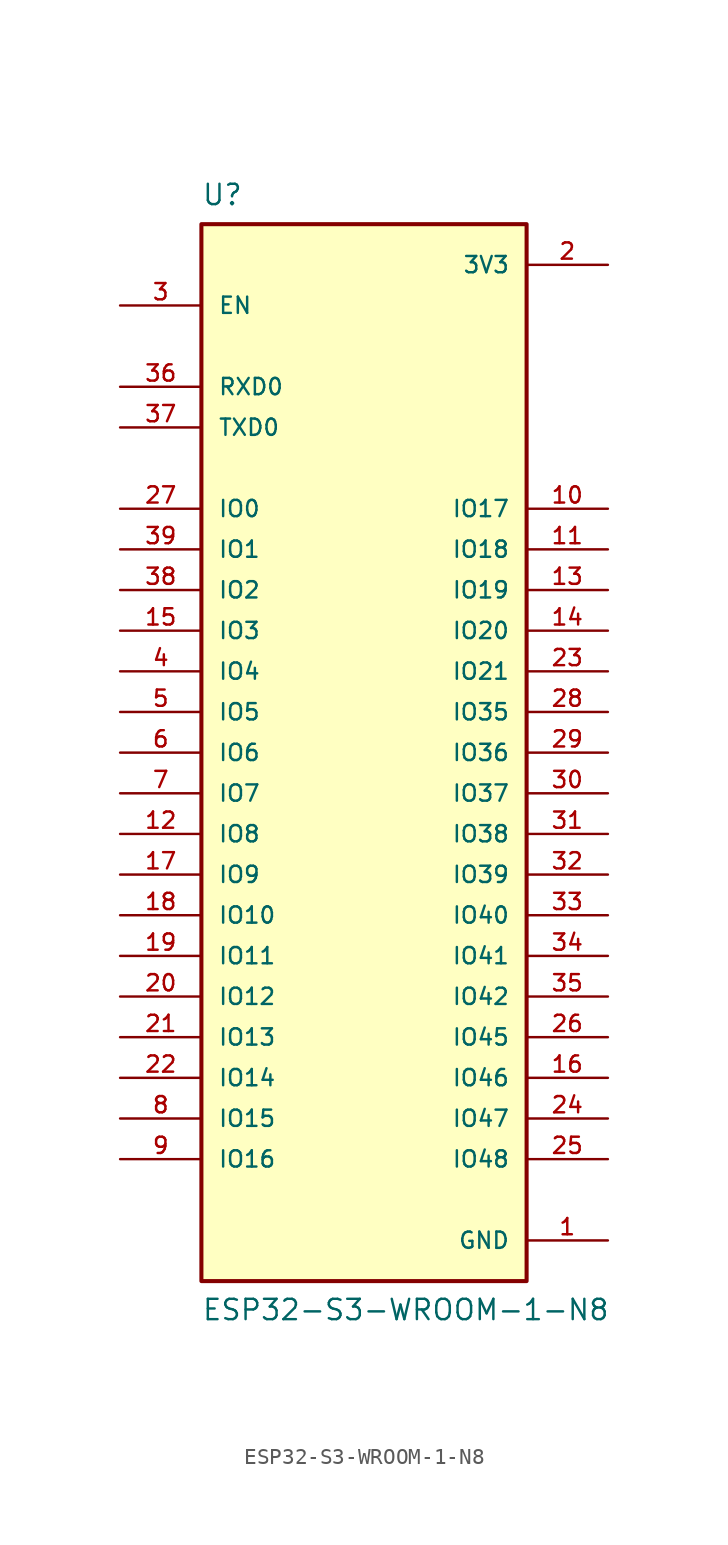
<source format=kicad_sym>
(kicad_symbol_lib
  (version 20211014)
  (generator kicad_symbol_editor)
  (symbol "ESP32-S3-WROOM-1-N8"
    (pin_names
      (offset 1.016))
    (property "Reference" "U"
      (at -10.16 31.572 0)
      (effects (font (size 1.27 1.27)) (justify bottom left)))
    (property "Value" "ESP32-S3-WROOM-1-N8"
      (at -10.16 -38.1 0)
      (effects (font (size 1.27 1.27)) (justify bottom left)))
    (symbol "ESP32-S3-WROOM-1-N8_0_0"
      (rectangle (start -10.16 -35.56) (end 10.16 30.48) (stroke (width 0.254)) (fill (type background)))
      (pin power_in line (at 15.24 -33.02 180.0) (length 5.08) (name "GND" (effects (font (size 1.016 1.016)))) (number "1" (effects (font (size 1.016 1.016)))))
      (pin power_in line (at 15.24 -33.02 180.0) (length 5.08) hide (name "GND" (effects (font (size 1.016 1.016)))) (number "40" (effects (font (size 1.016 1.016)))))
      (pin power_in line (at 15.24 -33.02 180.0) (length 5.08) hide (name "GND" (effects (font (size 1.016 1.016)))) (number "41_1" (effects (font (size 1.016 1.016)))))
      (pin power_in line (at 15.24 -33.02 180.0) (length 5.08) hide (name "GND" (effects (font (size 1.016 1.016)))) (number "41_2" (effects (font (size 1.016 1.016)))))
      (pin power_in line (at 15.24 -33.02 180.0) (length 5.08) hide (name "GND" (effects (font (size 1.016 1.016)))) (number "41_3" (effects (font (size 1.016 1.016)))))
      (pin power_in line (at 15.24 -33.02 180.0) (length 5.08) hide (name "GND" (effects (font (size 1.016 1.016)))) (number "41_4" (effects (font (size 1.016 1.016)))))
      (pin power_in line (at 15.24 -33.02 180.0) (length 5.08) hide (name "GND" (effects (font (size 1.016 1.016)))) (number "41_5" (effects (font (size 1.016 1.016)))))
      (pin power_in line (at 15.24 -33.02 180.0) (length 5.08) hide (name "GND" (effects (font (size 1.016 1.016)))) (number "41_6" (effects (font (size 1.016 1.016)))))
      (pin power_in line (at 15.24 -33.02 180.0) (length 5.08) hide (name "GND" (effects (font (size 1.016 1.016)))) (number "41_7" (effects (font (size 1.016 1.016)))))
      (pin power_in line (at 15.24 -33.02 180.0) (length 5.08) hide (name "GND" (effects (font (size 1.016 1.016)))) (number "41_8" (effects (font (size 1.016 1.016)))))
      (pin power_in line (at 15.24 -33.02 180.0) (length 5.08) hide (name "GND" (effects (font (size 1.016 1.016)))) (number "41_9" (effects (font (size 1.016 1.016)))))
      (pin power_in line (at 15.24 27.94 180.0) (length 5.08) (name "3V3" (effects (font (size 1.016 1.016)))) (number "2" (effects (font (size 1.016 1.016)))))
      (pin input line (at -15.24 25.4 0) (length 5.08) (name "EN" (effects (font (size 1.016 1.016)))) (number "3" (effects (font (size 1.016 1.016)))))
      (pin bidirectional line (at 15.24 0.0 180.0) (length 5.08) (name "IO35" (effects (font (size 1.016 1.016)))) (number "28" (effects (font (size 1.016 1.016)))))
      (pin bidirectional line (at 15.24 -15.24 180.0) (length 5.08) (name "IO41" (effects (font (size 1.016 1.016)))) (number "34" (effects (font (size 1.016 1.016)))))
      (pin bidirectional line (at 15.24 -10.16 180.0) (length 5.08) (name "IO39" (effects (font (size 1.016 1.016)))) (number "32" (effects (font (size 1.016 1.016)))))
      (pin bidirectional line (at 15.24 -12.7 180.0) (length 5.08) (name "IO40" (effects (font (size 1.016 1.016)))) (number "33" (effects (font (size 1.016 1.016)))))
      (pin bidirectional line (at -15.24 -22.86 0) (length 5.08) (name "IO14" (effects (font (size 1.016 1.016)))) (number "22" (effects (font (size 1.016 1.016)))))
      (pin bidirectional line (at -15.24 -17.78 0) (length 5.08) (name "IO12" (effects (font (size 1.016 1.016)))) (number "20" (effects (font (size 1.016 1.016)))))
      (pin bidirectional line (at -15.24 -20.32 0) (length 5.08) (name "IO13" (effects (font (size 1.016 1.016)))) (number "21" (effects (font (size 1.016 1.016)))))
      (pin bidirectional line (at -15.24 -25.4 0) (length 5.08) (name "IO15" (effects (font (size 1.016 1.016)))) (number "8" (effects (font (size 1.016 1.016)))))
      (pin bidirectional line (at -15.24 7.62 0) (length 5.08) (name "IO2" (effects (font (size 1.016 1.016)))) (number "38" (effects (font (size 1.016 1.016)))))
      (pin bidirectional line (at -15.24 12.7 0) (length 5.08) (name "IO0" (effects (font (size 1.016 1.016)))) (number "27" (effects (font (size 1.016 1.016)))))
      (pin bidirectional line (at -15.24 2.54 0) (length 5.08) (name "IO4" (effects (font (size 1.016 1.016)))) (number "4" (effects (font (size 1.016 1.016)))))
      (pin bidirectional line (at -15.24 -27.94 0) (length 5.08) (name "IO16" (effects (font (size 1.016 1.016)))) (number "9" (effects (font (size 1.016 1.016)))))
      (pin bidirectional line (at 15.24 12.7 180.0) (length 5.08) (name "IO17" (effects (font (size 1.016 1.016)))) (number "10" (effects (font (size 1.016 1.016)))))
      (pin bidirectional line (at -15.24 0.0 0) (length 5.08) (name "IO5" (effects (font (size 1.016 1.016)))) (number "5" (effects (font (size 1.016 1.016)))))
      (pin bidirectional line (at 15.24 10.16 180.0) (length 5.08) (name "IO18" (effects (font (size 1.016 1.016)))) (number "11" (effects (font (size 1.016 1.016)))))
      (pin bidirectional line (at 15.24 7.62 180.0) (length 5.08) (name "IO19" (effects (font (size 1.016 1.016)))) (number "13" (effects (font (size 1.016 1.016)))))
      (pin bidirectional line (at 15.24 2.54 180.0) (length 5.08) (name "IO21" (effects (font (size 1.016 1.016)))) (number "23" (effects (font (size 1.016 1.016)))))
      (pin bidirectional line (at 15.24 -5.08 180.0) (length 5.08) (name "IO37" (effects (font (size 1.016 1.016)))) (number "30" (effects (font (size 1.016 1.016)))))
      (pin bidirectional line (at 15.24 -7.62 180.0) (length 5.08) (name "IO38" (effects (font (size 1.016 1.016)))) (number "31" (effects (font (size 1.016 1.016)))))
      (pin bidirectional line (at -15.24 10.16 0) (length 5.08) (name "IO1" (effects (font (size 1.016 1.016)))) (number "39" (effects (font (size 1.016 1.016)))))
      (pin bidirectional line (at -15.24 5.08 0) (length 5.08) (name "IO3" (effects (font (size 1.016 1.016)))) (number "15" (effects (font (size 1.016 1.016)))))
      (pin bidirectional line (at -15.24 -2.54 0) (length 5.08) (name "IO6" (effects (font (size 1.016 1.016)))) (number "6" (effects (font (size 1.016 1.016)))))
      (pin bidirectional line (at -15.24 -5.08 0) (length 5.08) (name "IO7" (effects (font (size 1.016 1.016)))) (number "7" (effects (font (size 1.016 1.016)))))
      (pin bidirectional line (at -15.24 -7.62 0) (length 5.08) (name "IO8" (effects (font (size 1.016 1.016)))) (number "12" (effects (font (size 1.016 1.016)))))
      (pin bidirectional line (at -15.24 -10.16 0) (length 5.08) (name "IO9" (effects (font (size 1.016 1.016)))) (number "17" (effects (font (size 1.016 1.016)))))
      (pin bidirectional line (at -15.24 -12.7 0) (length 5.08) (name "IO10" (effects (font (size 1.016 1.016)))) (number "18" (effects (font (size 1.016 1.016)))))
      (pin bidirectional line (at -15.24 -15.24 0) (length 5.08) (name "IO11" (effects (font (size 1.016 1.016)))) (number "19" (effects (font (size 1.016 1.016)))))
      (pin bidirectional line (at 15.24 -2.54 180.0) (length 5.08) (name "IO36" (effects (font (size 1.016 1.016)))) (number "29" (effects (font (size 1.016 1.016)))))
      (pin bidirectional line (at 15.24 -17.78 180.0) (length 5.08) (name "IO42" (effects (font (size 1.016 1.016)))) (number "35" (effects (font (size 1.016 1.016)))))
      (pin bidirectional line (at 15.24 5.08 180.0) (length 5.08) (name "IO20" (effects (font (size 1.016 1.016)))) (number "14" (effects (font (size 1.016 1.016)))))
      (pin bidirectional line (at -15.24 17.78 0) (length 5.08) (name "TXD0" (effects (font (size 1.016 1.016)))) (number "37" (effects (font (size 1.016 1.016)))))
      (pin bidirectional line (at -15.24 20.32 0) (length 5.08) (name "RXD0" (effects (font (size 1.016 1.016)))) (number "36" (effects (font (size 1.016 1.016)))))
      (pin bidirectional line (at 15.24 -20.32 180.0) (length 5.08) (name "IO45" (effects (font (size 1.016 1.016)))) (number "26" (effects (font (size 1.016 1.016)))))
      (pin bidirectional line (at 15.24 -22.86 180.0) (length 5.08) (name "IO46" (effects (font (size 1.016 1.016)))) (number "16" (effects (font (size 1.016 1.016)))))
      (pin bidirectional line (at 15.24 -25.4 180.0) (length 5.08) (name "IO47" (effects (font (size 1.016 1.016)))) (number "24" (effects (font (size 1.016 1.016)))))
      (pin bidirectional line (at 15.24 -27.94 180.0) (length 5.08) (name "IO48" (effects (font (size 1.016 1.016)))) (number "25" (effects (font (size 1.016 1.016))))))))
</source>
